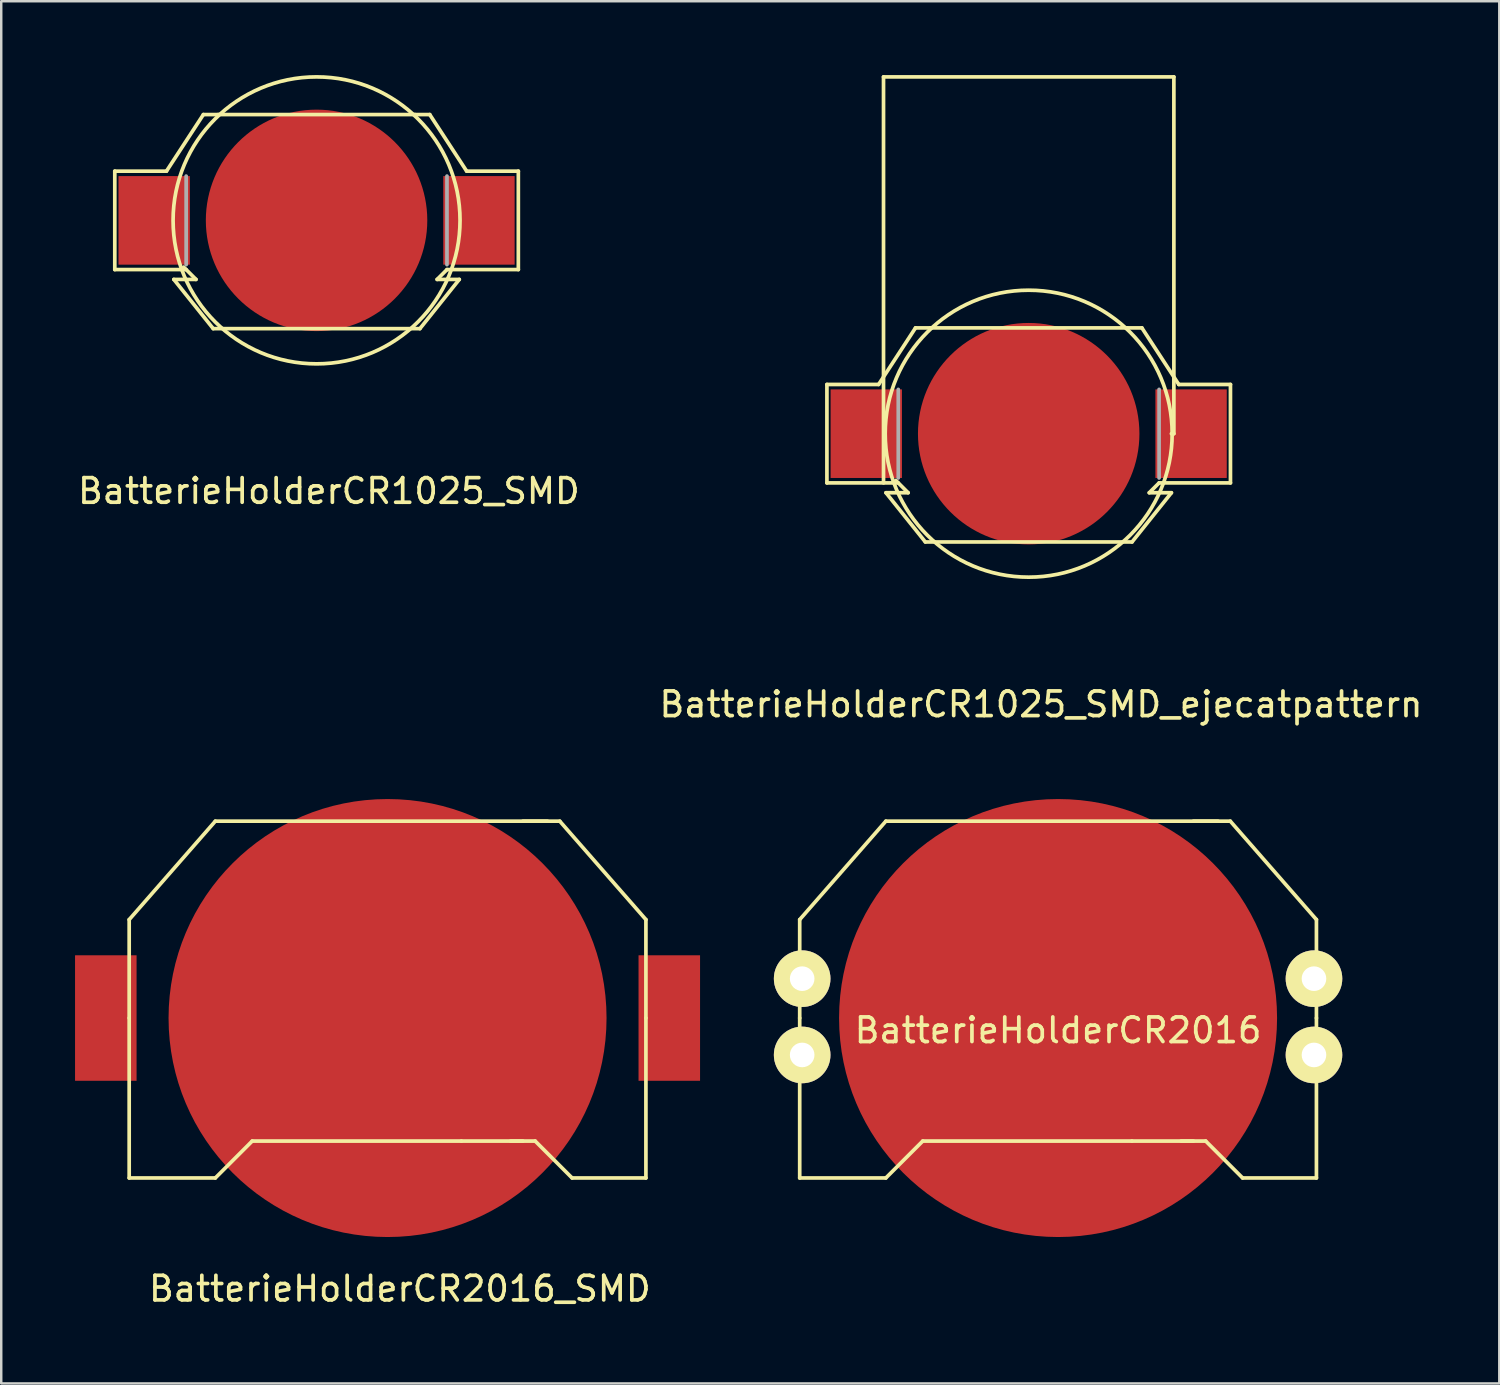
<source format=kicad_pcb>
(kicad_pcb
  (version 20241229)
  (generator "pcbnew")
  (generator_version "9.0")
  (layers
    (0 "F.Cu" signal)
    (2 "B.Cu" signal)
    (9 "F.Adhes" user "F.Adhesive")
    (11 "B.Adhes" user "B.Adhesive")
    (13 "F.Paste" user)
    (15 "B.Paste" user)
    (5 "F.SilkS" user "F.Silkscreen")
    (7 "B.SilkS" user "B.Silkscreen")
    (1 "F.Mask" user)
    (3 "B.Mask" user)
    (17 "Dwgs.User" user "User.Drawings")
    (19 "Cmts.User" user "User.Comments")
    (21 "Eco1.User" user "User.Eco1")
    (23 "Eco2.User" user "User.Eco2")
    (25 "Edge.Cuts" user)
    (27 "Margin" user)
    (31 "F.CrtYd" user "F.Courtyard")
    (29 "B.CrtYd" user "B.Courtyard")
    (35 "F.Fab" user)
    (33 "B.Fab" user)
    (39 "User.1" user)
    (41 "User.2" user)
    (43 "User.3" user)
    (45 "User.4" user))
  (footprint "BatterieHolderCR1025_SMD_ejecatpattern"
    (layer "F.Cu")
    (at 38.756 14.575)
    (property "Reference" "BatterieHolderCR1025_SMD_ejecatpattern" (at 0.5 11 0) (layer "F.SilkS") (effects (font (size 1 1) (thickness 0.15))))
    (attr through_hole)
    (fp_line (start -8.2 -2) (end -8.2 2) (stroke (width 0.15) (type solid)) (layer "F.SilkS"))
    (fp_line (start -8.2 2) (end -5.3 2) (stroke (width 0.15) (type solid)) (layer "F.SilkS"))
    (fp_line (start -6.1 -2) (end -8.2 -2) (stroke (width 0.15) (type solid)) (layer "F.SilkS"))
    (fp_line (start -5.9 -14.5) (end 5.9 -14.5) (stroke (width 0.15) (type solid)) (layer "F.SilkS"))
    (fp_line (start -5.9 2) (end -5.9 -14.5) (stroke (width 0.15) (type solid)) (layer "F.SilkS"))
    (fp_line (start -5.8 2.4) (end -4.9 2.4) (stroke (width 0.15) (type solid)) (layer "F.SilkS"))
    (fp_line (start -4.9 2.4) (end -5.4 1.9) (stroke (width 0.15) (type solid)) (layer "F.SilkS"))
    (fp_line (start -4.6 -4.3) (end -6.1 -2) (stroke (width 0.15) (type solid)) (layer "F.SilkS"))
    (fp_line (start -4.2 4.4) (end -5.8 2.4) (stroke (width 0.15) (type solid)) (layer "F.SilkS"))
    (fp_line (start -4.2 4.4) (end 4.2 4.4) (stroke (width 0.15) (type solid)) (layer "F.SilkS"))
    (fp_line (start -4 -4.3) (end -4.6 -4.3) (stroke (width 0.15) (type solid)) (layer "F.SilkS"))
    (fp_line (start -4 -4.3) (end 4 -4.3) (stroke (width 0.15) (type solid)) (layer "F.SilkS"))
    (fp_line (start 4 -4.3) (end 4.6 -4.3) (stroke (width 0.15) (type solid)) (layer "F.SilkS"))
    (fp_line (start 4.2 4.4) (end 5.8 2.4) (stroke (width 0.15) (type solid)) (layer "F.SilkS"))
    (fp_line (start 4.6 -4.3) (end 6.1 -2) (stroke (width 0.15) (type solid)) (layer "F.SilkS"))
    (fp_line (start 4.9 2.4) (end 5.3 2) (stroke (width 0.15) (type solid)) (layer "F.SilkS"))
    (fp_line (start 5.8 2.4) (end 4.9 2.4) (stroke (width 0.15) (type solid)) (layer "F.SilkS"))
    (fp_line (start 5.9 -14.5) (end 5.9 0) (stroke (width 0.15) (type solid)) (layer "F.SilkS"))
    (fp_line (start 5.9 0) (end 5.8 0) (stroke (width 0.15) (type solid)) (layer "F.SilkS"))
    (fp_line (start 6.1 -2) (end 8.2 -2) (stroke (width 0.15) (type solid)) (layer "F.SilkS"))
    (fp_line (start 8.2 -2) (end 8.2 2) (stroke (width 0.15) (type solid)) (layer "F.SilkS"))
    (fp_line (start 8.2 2) (end 5.3 2) (stroke (width 0.15) (type solid)) (layer "F.SilkS"))
    (fp_circle (center 0 0) (end 5 -3) (stroke (width 0.15) (type solid)) (fill no) (layer "F.SilkS"))
    (fp_line (start -5.3 -1.8) (end -5.3 1.8) (stroke (width 0.15) (type solid)) (layer "F.Fab"))
    (fp_line (start 5.3 -1.8) (end 5.3 1.8) (stroke (width 0.15) (type solid)) (layer "F.Fab"))
    (pad "1" smd rect (at -6.6 0) (size 2.9 3.6) (layers "F.Cu" "F.Mask" "F.Paste"))
    (pad "1" smd rect (at 6.6 0) (size 2.9 3.6) (layers "F.Cu" "F.Mask" "F.Paste"))
    (pad "2" connect circle (at 0 0) (size 9 9) (layers "F.Cu" "F.Mask")))
  (footprint "BatterieHolderCR2016_SMD"
    (layer "F.Cu")
    (at 12.7 38.323)
    (property "Reference" "BatterieHolderCR2016_SMD" (at 0.5 11 0) (layer "F.SilkS") (effects (font (size 1 1) (thickness 0.15))))
    (attr through_hole)
    (fp_line (start -10.5 -4) (end -7 -8) (stroke (width 0.15) (type solid)) (layer "F.SilkS"))
    (fp_line (start -10.5 0) (end -10.5 -4) (stroke (width 0.15) (type solid)) (layer "F.SilkS"))
    (fp_line (start -10.5 6.5) (end -10.5 0) (stroke (width 0.15) (type solid)) (layer "F.SilkS"))
    (fp_line (start -10.5 6.5) (end -7 6.5) (stroke (width 0.15) (type solid)) (layer "F.SilkS"))
    (fp_line (start -7 -8) (end 7 -8) (stroke (width 0.15) (type solid)) (layer "F.SilkS"))
    (fp_line (start -7 6.5) (end -5.5 5) (stroke (width 0.15) (type solid)) (layer "F.SilkS"))
    (fp_line (start -5.5 5) (end 3 5) (stroke (width 0.15) (type solid)) (layer "F.SilkS"))
    (fp_line (start 3 5) (end 5.5 5) (stroke (width 0.15) (type solid)) (layer "F.SilkS"))
    (fp_line (start 5.5 -8) (end 6.5 -8) (stroke (width 0.15) (type solid)) (layer "F.SilkS"))
    (fp_line (start 6 5) (end 5 5) (stroke (width 0.15) (type solid)) (layer "F.SilkS"))
    (fp_line (start 7 -8) (end 10.5 -4) (stroke (width 0.15) (type solid)) (layer "F.SilkS"))
    (fp_line (start 7.5 6.5) (end 6 5) (stroke (width 0.15) (type solid)) (layer "F.SilkS"))
    (fp_line (start 7.5 6.5) (end 10.5 6.5) (stroke (width 0.15) (type solid)) (layer "F.SilkS"))
    (fp_line (start 10.5 0) (end 10.5 -4) (stroke (width 0.15) (type solid)) (layer "F.SilkS"))
    (fp_line (start 10.5 0) (end 10.5 6.5) (stroke (width 0.15) (type solid)) (layer "F.SilkS"))
    (pad "1" smd rect (at -11.45 0) (size 2.5 5.1) (layers "F.Cu" "F.Mask" "F.Paste"))
    (pad "1" smd rect (at 11.45 0) (size 2.5 5.1) (layers "F.Cu" "F.Mask" "F.Paste"))
    (pad "2" connect circle (at 0 0) (size 17.8 17.8) (layers "F.Cu" "F.Mask")))
  (footprint "BatterieHolderCR1025_SMD"
    (layer "F.Cu")
    (at 9.815 5.906)
    (property "Reference" "BatterieHolderCR1025_SMD" (at 0.5 11 0) (layer "F.SilkS") (effects (font (size 1 1) (thickness 0.15))))
    (attr through_hole)
    (fp_line (start -8.2 -2) (end -8.2 2) (stroke (width 0.15) (type solid)) (layer "F.SilkS"))
    (fp_line (start -8.2 2) (end -5.3 2) (stroke (width 0.15) (type solid)) (layer "F.SilkS"))
    (fp_line (start -6.1 -2) (end -8.2 -2) (stroke (width 0.15) (type solid)) (layer "F.SilkS"))
    (fp_line (start -5.8 2.4) (end -4.9 2.4) (stroke (width 0.15) (type solid)) (layer "F.SilkS"))
    (fp_line (start -4.9 2.4) (end -5.4 1.9) (stroke (width 0.15) (type solid)) (layer "F.SilkS"))
    (fp_line (start -4.6 -4.3) (end -6.1 -2) (stroke (width 0.15) (type solid)) (layer "F.SilkS"))
    (fp_line (start -4.2 4.4) (end -5.8 2.4) (stroke (width 0.15) (type solid)) (layer "F.SilkS"))
    (fp_line (start -4.2 4.4) (end 4.2 4.4) (stroke (width 0.15) (type solid)) (layer "F.SilkS"))
    (fp_line (start -4 -4.3) (end -4.6 -4.3) (stroke (width 0.15) (type solid)) (layer "F.SilkS"))
    (fp_line (start -4 -4.3) (end 4 -4.3) (stroke (width 0.15) (type solid)) (layer "F.SilkS"))
    (fp_line (start 4 -4.3) (end 4.6 -4.3) (stroke (width 0.15) (type solid)) (layer "F.SilkS"))
    (fp_line (start 4.2 4.4) (end 5.8 2.4) (stroke (width 0.15) (type solid)) (layer "F.SilkS"))
    (fp_line (start 4.6 -4.3) (end 6.1 -2) (stroke (width 0.15) (type solid)) (layer "F.SilkS"))
    (fp_line (start 4.9 2.4) (end 5.3 2) (stroke (width 0.15) (type solid)) (layer "F.SilkS"))
    (fp_line (start 5.8 2.4) (end 4.9 2.4) (stroke (width 0.15) (type solid)) (layer "F.SilkS"))
    (fp_line (start 6.1 -2) (end 8.2 -2) (stroke (width 0.15) (type solid)) (layer "F.SilkS"))
    (fp_line (start 8.2 -2) (end 8.2 2) (stroke (width 0.15) (type solid)) (layer "F.SilkS"))
    (fp_line (start 8.2 2) (end 5.3 2) (stroke (width 0.15) (type solid)) (layer "F.SilkS"))
    (fp_circle (center 0 0) (end 5 -3) (stroke (width 0.15) (type solid)) (fill no) (layer "F.SilkS"))
    (fp_line (start -5.3 -1.8) (end -5.3 1.8) (stroke (width 0.15) (type solid)) (layer "F.Fab"))
    (fp_line (start 5.3 -1.8) (end 5.3 1.8) (stroke (width 0.15) (type solid)) (layer "F.Fab"))
    (pad "1" smd rect (at -6.6 0) (size 2.9 3.6) (layers "F.Cu" "F.Mask" "F.Paste"))
    (pad "1" smd rect (at 6.6 0) (size 2.9 3.6) (layers "F.Cu" "F.Mask" "F.Paste"))
    (pad "2" connect circle (at 0 0) (size 9 9) (layers "F.Cu" "F.Mask")))
  (footprint "BatterieHolderCR2016"
    (layer "F.Cu")
    (at 39.95 38.323)
    (property "Reference" "BatterieHolderCR2016" (at 0 0.5 0) (layer "F.SilkS") (effects (font (size 1 1) (thickness 0.15))))
    (attr through_hole)
    (fp_line (start -10.5 -4) (end -7 -8) (stroke (width 0.15) (type solid)) (layer "F.SilkS"))
    (fp_line (start -10.5 0) (end -10.5 -4) (stroke (width 0.15) (type solid)) (layer "F.SilkS"))
    (fp_line (start -10.5 6.5) (end -10.5 0) (stroke (width 0.15) (type solid)) (layer "F.SilkS"))
    (fp_line (start -10.5 6.5) (end -7 6.5) (stroke (width 0.15) (type solid)) (layer "F.SilkS"))
    (fp_line (start -7 -8) (end 7 -8) (stroke (width 0.15) (type solid)) (layer "F.SilkS"))
    (fp_line (start -7 6.5) (end -5.5 5) (stroke (width 0.15) (type solid)) (layer "F.SilkS"))
    (fp_line (start -5.5 5) (end 3 5) (stroke (width 0.15) (type solid)) (layer "F.SilkS"))
    (fp_line (start 3 5) (end 5.5 5) (stroke (width 0.15) (type solid)) (layer "F.SilkS"))
    (fp_line (start 5.5 -8) (end 6.5 -8) (stroke (width 0.15) (type solid)) (layer "F.SilkS"))
    (fp_line (start 6 5) (end 5 5) (stroke (width 0.15) (type solid)) (layer "F.SilkS"))
    (fp_line (start 7 -8) (end 10.5 -4) (stroke (width 0.15) (type solid)) (layer "F.SilkS"))
    (fp_line (start 7.5 6.5) (end 6 5) (stroke (width 0.15) (type solid)) (layer "F.SilkS"))
    (fp_line (start 7.5 6.5) (end 10.5 6.5) (stroke (width 0.15) (type solid)) (layer "F.SilkS"))
    (fp_line (start 10.5 0) (end 10.5 -4) (stroke (width 0.15) (type solid)) (layer "F.SilkS"))
    (fp_line (start 10.5 0) (end 10.5 6.5) (stroke (width 0.15) (type solid)) (layer "F.SilkS"))
    (pad "1" thru_hole circle (at -10.4 -1.6) (size 2.3 2.3) (drill 1) (layers "*.Cu" "*.Mask" "F.SilkS"))
    (pad "1" thru_hole circle (at -10.4 1.5) (size 2.3 2.3) (drill 1) (layers "*.Cu" "*.Mask" "F.SilkS"))
    (pad "1" thru_hole circle (at 10.4 -1.6) (size 2.3 2.3) (drill 1) (layers "*.Cu" "*.Mask" "F.SilkS"))
    (pad "1" thru_hole circle (at 10.4 1.5) (size 2.3 2.3) (drill 1) (layers "*.Cu" "*.Mask" "F.SilkS"))
    (pad "2" connect circle (at 0 0) (size 17.8 17.8) (layers "F.Cu" "F.Mask")))
  (gr_rect
    (start -3 -3)
    (end 57.881 53.172)
    (stroke (width 0.1) (type default))
    (fill no)
    (layer "Edge.Cuts")))
</source>
